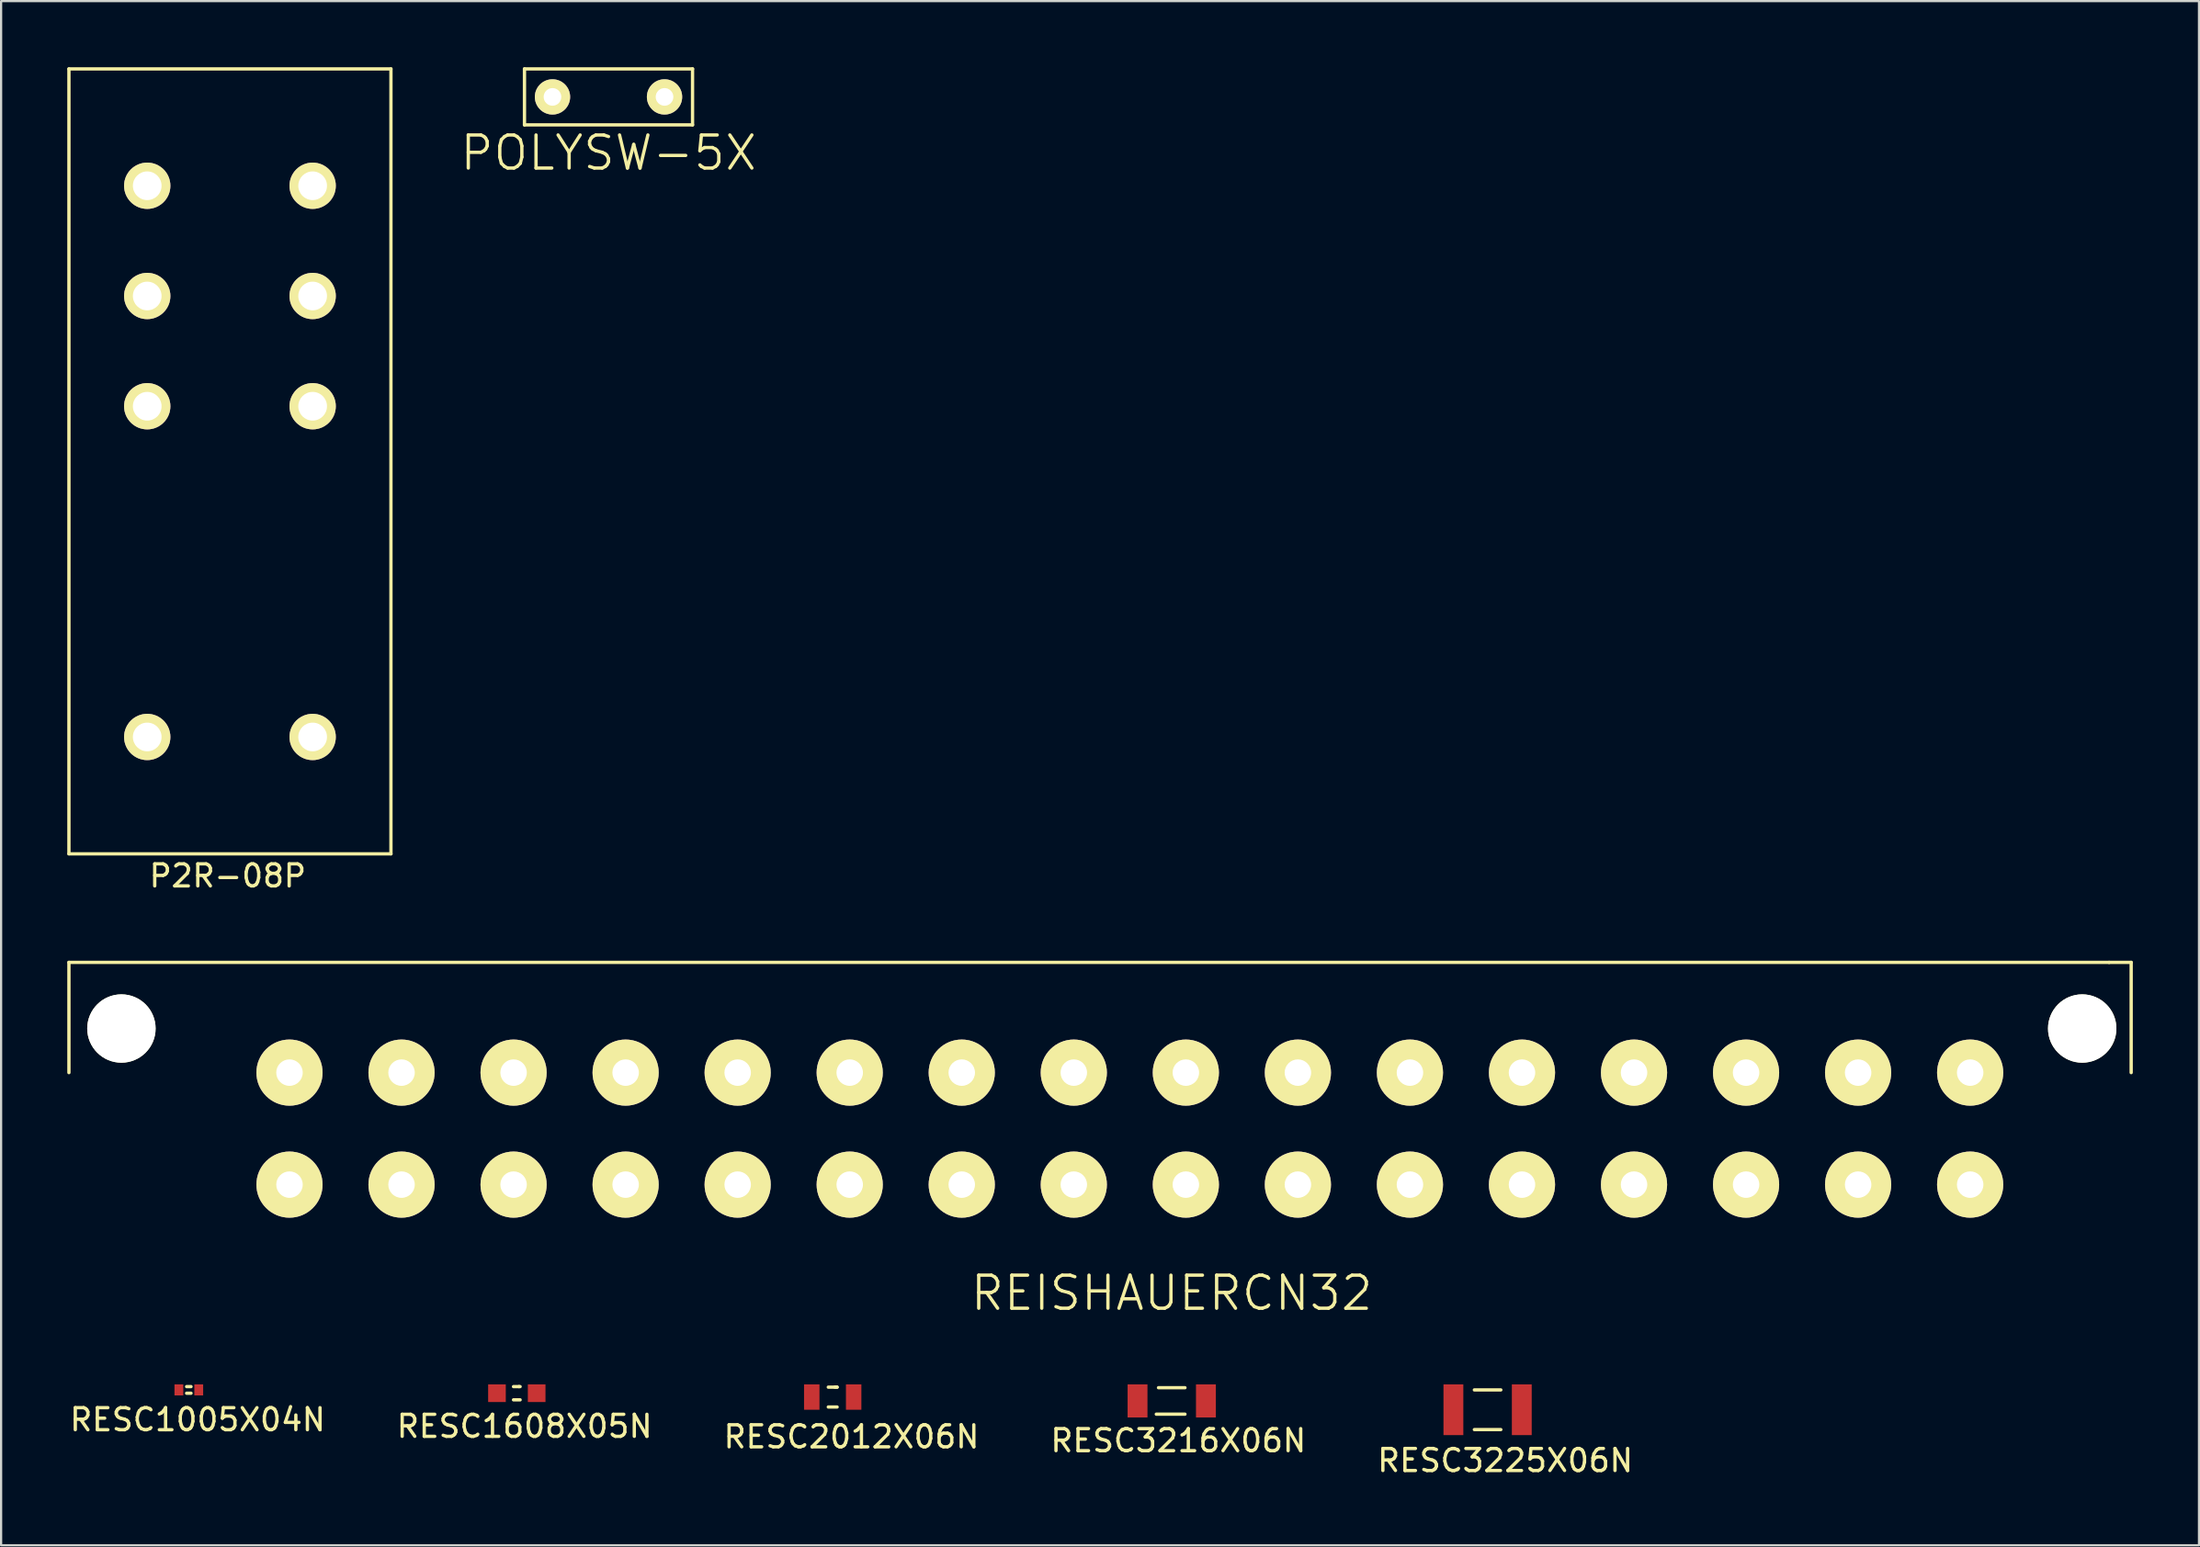
<source format=kicad_pcb>
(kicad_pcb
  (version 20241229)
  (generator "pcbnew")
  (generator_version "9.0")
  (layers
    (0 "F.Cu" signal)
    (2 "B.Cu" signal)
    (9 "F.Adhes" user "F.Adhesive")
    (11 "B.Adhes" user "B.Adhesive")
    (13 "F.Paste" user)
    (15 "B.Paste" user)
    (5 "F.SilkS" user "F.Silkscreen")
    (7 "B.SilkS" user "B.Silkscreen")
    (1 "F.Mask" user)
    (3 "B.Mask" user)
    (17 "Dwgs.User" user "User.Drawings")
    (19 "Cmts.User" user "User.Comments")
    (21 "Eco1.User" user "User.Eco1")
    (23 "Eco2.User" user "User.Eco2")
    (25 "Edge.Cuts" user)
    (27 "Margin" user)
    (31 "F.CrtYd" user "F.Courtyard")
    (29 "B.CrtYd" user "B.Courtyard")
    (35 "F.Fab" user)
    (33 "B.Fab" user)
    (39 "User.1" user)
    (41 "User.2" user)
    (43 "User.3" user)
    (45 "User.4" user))
  (footprint "POLYSW-5X"
    (layer "F.Cu")
    (at 24.539 1.345)
    (property "Reference" "POLYSW-5X" (at 0 2.54 0) (layer "F.SilkS") (effects (font (size 1.5 1.5) (thickness 0.15))))
    (attr through_hole)
    (fp_line (start -3.81 -1.27) (end 3.81 -1.27) (stroke (width 0.15) (type solid)) (layer "F.SilkS"))
    (fp_line (start -3.81 1.27) (end -3.81 -1.27) (stroke (width 0.15) (type solid)) (layer "F.SilkS"))
    (fp_line (start 3.81 -1.27) (end 3.81 1.27) (stroke (width 0.15) (type solid)) (layer "F.SilkS"))
    (fp_line (start 3.81 1.27) (end -3.81 1.27) (stroke (width 0.15) (type solid)) (layer "F.SilkS"))
    (pad "1" thru_hole circle (at -2.54 0) (size 1.6 1.6) (drill 0.8) (layers "*.Cu" "*.Mask" "F.SilkS"))
    (pad "2" thru_hole circle (at 2.54 0) (size 1.6 1.6) (drill 0.8) (layers "*.Cu" "*.Mask" "F.SilkS")))
  (footprint "RESC1005X04N"
    (layer "F.Cu")
    (at 5.511 59.989)
    (property "Reference" "RESC1005X04N" (at 0.4 1.35 0) (layer "F.SilkS") (effects (font (size 1 1) (thickness 0.15))))
    (attr through_hole)
    (fp_line (start -0.1 -0.15) (end 0.1 -0.15) (stroke (width 0.15) (type solid)) (layer "F.SilkS"))
    (fp_line (start -0.1 0.15) (end 0.1 0.15) (stroke (width 0.15) (type solid)) (layer "F.SilkS"))
    (pad "1" smd rect (at -0.45 0) (size 0.4 0.5) (layers "F.Cu" "F.Mask" "F.Paste"))
    (pad "2" smd rect (at 0.45 0) (size 0.4 0.5) (layers "F.Cu" "F.Mask" "F.Paste")))
  (footprint "P2R-08P"
    (layer "F.Cu")
    (at 7.375 17.875)
    (property "Reference" "P2R-08P" (at -0.1 18.8 0) (layer "F.SilkS") (effects (font (size 1 1) (thickness 0.15))))
    (attr through_hole)
    (fp_line (start -7.3 -17.8) (end 7.3 -17.8) (stroke (width 0.15) (type solid)) (layer "F.SilkS"))
    (fp_line (start -7.3 17.8) (end -7.3 -17.8) (stroke (width 0.15) (type solid)) (layer "F.SilkS"))
    (fp_line (start 7.3 -17.8) (end 7.3 17.8) (stroke (width 0.15) (type solid)) (layer "F.SilkS"))
    (fp_line (start 7.3 17.8) (end -7.3 17.8) (stroke (width 0.15) (type solid)) (layer "F.SilkS"))
    (pad "1" thru_hole circle (at -3.75 12.5) (size 2.1 2.1) (drill 1.3) (layers "*.Cu" "*.Mask" "F.SilkS"))
    (pad "2" thru_hole circle (at -3.75 -2.5) (size 2.1 2.1) (drill 1.3) (layers "*.Cu" "*.Mask" "F.SilkS"))
    (pad "3" thru_hole circle (at -3.75 -7.5) (size 2.1 2.1) (drill 1.3) (layers "*.Cu" "*.Mask" "F.SilkS"))
    (pad "4" thru_hole circle (at -3.75 -12.5) (size 2.1 2.1) (drill 1.3) (layers "*.Cu" "*.Mask" "F.SilkS"))
    (pad "5" thru_hole circle (at 3.75 -12.5) (size 2.1 2.1) (drill 1.3) (layers "*.Cu" "*.Mask" "F.SilkS"))
    (pad "6" thru_hole circle (at 3.75 -7.5) (size 2.1 2.1) (drill 1.3) (layers "*.Cu" "*.Mask" "F.SilkS"))
    (pad "7" thru_hole circle (at 3.75 -2.5) (size 2.1 2.1) (drill 1.3) (layers "*.Cu" "*.Mask" "F.SilkS"))
    (pad "8" thru_hole circle (at 3.75 12.5) (size 2.1 2.1) (drill 1.3) (layers "*.Cu" "*.Mask" "F.SilkS")))
  (footprint "RESC3225X06N"
    (layer "F.Cu")
    (at 64.396 60.889)
    (property "Reference" "RESC3225X06N" (at 0.8 2.3 0) (layer "F.SilkS") (effects (font (size 1 1) (thickness 0.15))))
    (attr through_hole)
    (fp_line (start -0.6 -0.9) (end 0.6 -0.9) (stroke (width 0.15) (type solid)) (layer "F.SilkS"))
    (fp_line (start -0.6 0.9) (end 0.6 0.9) (stroke (width 0.15) (type solid)) (layer "F.SilkS"))
    (pad "1" smd rect (at -1.55 0) (size 0.9 2.3) (layers "F.Cu" "F.Mask" "F.Paste"))
    (pad "2" smd rect (at 1.55 0) (size 0.9 2.3) (layers "F.Cu" "F.Mask" "F.Paste")))
  (footprint "RESC3216X06N"
    (layer "F.Cu")
    (at 50.075 60.489)
    (property "Reference" "RESC3216X06N" (at 0.3 1.8 0) (layer "F.SilkS") (effects (font (size 1 1) (thickness 0.15))))
    (attr through_hole)
    (fp_line (start -0.7 0.6) (end 0.6 0.6) (stroke (width 0.15) (type solid)) (layer "F.SilkS"))
    (fp_line (start -0.6 -0.6) (end 0.6 -0.6) (stroke (width 0.15) (type solid)) (layer "F.SilkS"))
    (pad "1" smd rect (at -1.55 0) (size 0.9 1.5) (layers "F.Cu" "F.Mask" "F.Paste"))
    (pad "2" smd rect (at 1.55 0) (size 0.9 1.5) (layers "F.Cu" "F.Mask" "F.Paste")))
  (footprint "REISHAUERCN32"
    (layer "F.Cu")
    (at 2.455 43.566)
    (property "Reference" "REISHAUERCN32" (at 47.62 12.032 0) (layer "F.SilkS") (effects (font (size 1.5 1.5) (thickness 0.15))))
    (attr through_hole)
    (fp_line (start -2.38 -2.968) (end -2.38 2.032) (stroke (width 0.15) (type solid)) (layer "F.SilkS"))
    (fp_line (start -2.38 -2.968) (end 90.12 -2.968) (stroke (width 0.15) (type solid)) (layer "F.SilkS"))
    (fp_line (start 90.12 -2.968) (end 91.12 -2.968) (stroke (width 0.15) (type solid)) (layer "F.SilkS"))
    (fp_line (start 91.12 -2.968) (end 91.12 2.032) (stroke (width 0.15) (type solid)) (layer "F.SilkS"))
    (pad "" np_thru_hole circle (at 0 0.032) (size 3.1 3.1) (drill 3.1) (layers "*.Cu" "*.Mask" "F.SilkS"))
    (pad "" np_thru_hole circle (at 88.9 0.032) (size 3.1 3.1) (drill 3.1) (layers "*.Cu" "*.Mask" "F.SilkS"))
    (pad "1" thru_hole circle (at 7.62 2.032) (size 3 3) (drill 1.2) (layers "*.Cu" "*.Mask" "F.SilkS"))
    (pad "2" thru_hole circle (at 7.62 7.112) (size 3 3) (drill 1.2) (layers "*.Cu" "*.Mask" "F.SilkS"))
    (pad "3" thru_hole circle (at 12.7 2.032) (size 3 3) (drill 1.2) (layers "*.Cu" "*.Mask" "F.SilkS"))
    (pad "4" thru_hole circle (at 12.7 7.112) (size 3 3) (drill 1.2) (layers "*.Cu" "*.Mask" "F.SilkS"))
    (pad "5" thru_hole circle (at 17.78 2.032) (size 3 3) (drill 1.2) (layers "*.Cu" "*.Mask" "F.SilkS"))
    (pad "6" thru_hole circle (at 17.78 7.112) (size 3 3) (drill 1.2) (layers "*.Cu" "*.Mask" "F.SilkS"))
    (pad "7" thru_hole circle (at 22.86 2.032) (size 3 3) (drill 1.2) (layers "*.Cu" "*.Mask" "F.SilkS"))
    (pad "8" thru_hole circle (at 22.86 7.112) (size 3 3) (drill 1.2) (layers "*.Cu" "*.Mask" "F.SilkS"))
    (pad "9" thru_hole circle (at 27.94 2.032) (size 3 3) (drill 1.2) (layers "*.Cu" "*.Mask" "F.SilkS"))
    (pad "10" thru_hole circle (at 27.94 7.112) (size 3 3) (drill 1.2) (layers "*.Cu" "*.Mask" "F.SilkS"))
    (pad "11" thru_hole circle (at 33.02 2.032) (size 3 3) (drill 1.2) (layers "*.Cu" "*.Mask" "F.SilkS"))
    (pad "12" thru_hole circle (at 33.02 7.112) (size 3 3) (drill 1.2) (layers "*.Cu" "*.Mask" "F.SilkS"))
    (pad "13" thru_hole circle (at 38.1 2.032) (size 3 3) (drill 1.2) (layers "*.Cu" "*.Mask" "F.SilkS"))
    (pad "14" thru_hole circle (at 38.1 7.112) (size 3 3) (drill 1.2) (layers "*.Cu" "*.Mask" "F.SilkS"))
    (pad "15" thru_hole circle (at 43.18 2.032) (size 3 3) (drill 1.2) (layers "*.Cu" "*.Mask" "F.SilkS"))
    (pad "16" thru_hole circle (at 43.18 7.112) (size 3 3) (drill 1.2) (layers "*.Cu" "*.Mask" "F.SilkS"))
    (pad "17" thru_hole circle (at 48.26 2.032) (size 3 3) (drill 1.2) (layers "*.Cu" "*.Mask" "F.SilkS"))
    (pad "18" thru_hole circle (at 48.26 7.112) (size 3 3) (drill 1.2) (layers "*.Cu" "*.Mask" "F.SilkS"))
    (pad "19" thru_hole circle (at 53.34 2.032) (size 3 3) (drill 1.2) (layers "*.Cu" "*.Mask" "F.SilkS"))
    (pad "20" thru_hole circle (at 53.34 7.112) (size 3 3) (drill 1.2) (layers "*.Cu" "*.Mask" "F.SilkS"))
    (pad "21" thru_hole circle (at 58.42 2.032) (size 3 3) (drill 1.2) (layers "*.Cu" "*.Mask" "F.SilkS"))
    (pad "22" thru_hole circle (at 58.42 7.112) (size 3 3) (drill 1.2) (layers "*.Cu" "*.Mask" "F.SilkS"))
    (pad "23" thru_hole circle (at 63.5 2.032) (size 3 3) (drill 1.2) (layers "*.Cu" "*.Mask" "F.SilkS"))
    (pad "24" thru_hole circle (at 63.5 7.112) (size 3 3) (drill 1.2) (layers "*.Cu" "*.Mask" "F.SilkS"))
    (pad "25" thru_hole circle (at 68.58 2.032) (size 3 3) (drill 1.2) (layers "*.Cu" "*.Mask" "F.SilkS"))
    (pad "26" thru_hole circle (at 68.58 7.112) (size 3 3) (drill 1.2) (layers "*.Cu" "*.Mask" "F.SilkS"))
    (pad "27" thru_hole circle (at 73.66 2.032) (size 3 3) (drill 1.2) (layers "*.Cu" "*.Mask" "F.SilkS"))
    (pad "28" thru_hole circle (at 73.66 7.112) (size 3 3) (drill 1.2) (layers "*.Cu" "*.Mask" "F.SilkS"))
    (pad "29" thru_hole circle (at 78.74 2.032) (size 3 3) (drill 1.2) (layers "*.Cu" "*.Mask" "F.SilkS"))
    (pad "30" thru_hole circle (at 78.74 7.112) (size 3 3) (drill 1.2) (layers "*.Cu" "*.Mask" "F.SilkS"))
    (pad "31" thru_hole circle (at 83.82 2.032) (size 3 3) (drill 1.2) (layers "*.Cu" "*.Mask" "F.SilkS"))
    (pad "32" thru_hole circle (at 83.82 7.112) (size 3 3) (drill 1.2) (layers "*.Cu" "*.Mask" "F.SilkS")))
  (footprint "RESC2012X06N"
    (layer "F.Cu")
    (at 34.704 60.314)
    (property "Reference" "RESC2012X06N" (at 0.85 1.8 0) (layer "F.SilkS") (effects (font (size 1 1) (thickness 0.15))))
    (attr through_hole)
    (fp_line (start -0.2 -0.45) (end 0.2 -0.45) (stroke (width 0.15) (type solid)) (layer "F.SilkS"))
    (fp_line (start -0.2 0.45) (end 0.2 0.45) (stroke (width 0.15) (type solid)) (layer "F.SilkS"))
    (fp_line (start 0.2 -0.45) (end 0.1 -0.45) (stroke (width 0.15) (type solid)) (layer "F.SilkS"))
    (pad "1" smd rect (at -0.95 0) (size 0.7 1.15) (layers "F.Cu" "F.Mask" "F.Paste"))
    (pad "2" smd rect (at 0.95 0) (size 0.7 1.15) (layers "F.Cu" "F.Mask" "F.Paste")))
  (footprint "RESC1608X05N"
    (layer "F.Cu")
    (at 20.382 60.139)
    (property "Reference" "RESC1608X05N" (at 0.35 1.5 0) (layer "F.SilkS") (effects (font (size 1 1) (thickness 0.15))))
    (attr through_hole)
    (fp_line (start -0.15 -0.3) (end 0.1 -0.3) (stroke (width 0.15) (type solid)) (layer "F.SilkS"))
    (fp_line (start -0.15 0.3) (end 0.15 0.3) (stroke (width 0.15) (type solid)) (layer "F.SilkS"))
    (fp_line (start 0.1 -0.3) (end 0.15 -0.3) (stroke (width 0.15) (type solid)) (layer "F.SilkS"))
    (pad "1" smd rect (at -0.9 0) (size 0.8 0.8) (layers "F.Cu" "F.Mask" "F.Paste"))
    (pad "2" smd rect (at 0.9 0) (size 0.8 0.8) (layers "F.Cu" "F.Mask" "F.Paste")))
  (gr_rect
    (start -3 -3)
    (end 96.65 67.037)
    (stroke (width 0.1) (type default))
    (fill no)
    (layer "Edge.Cuts")))
</source>
